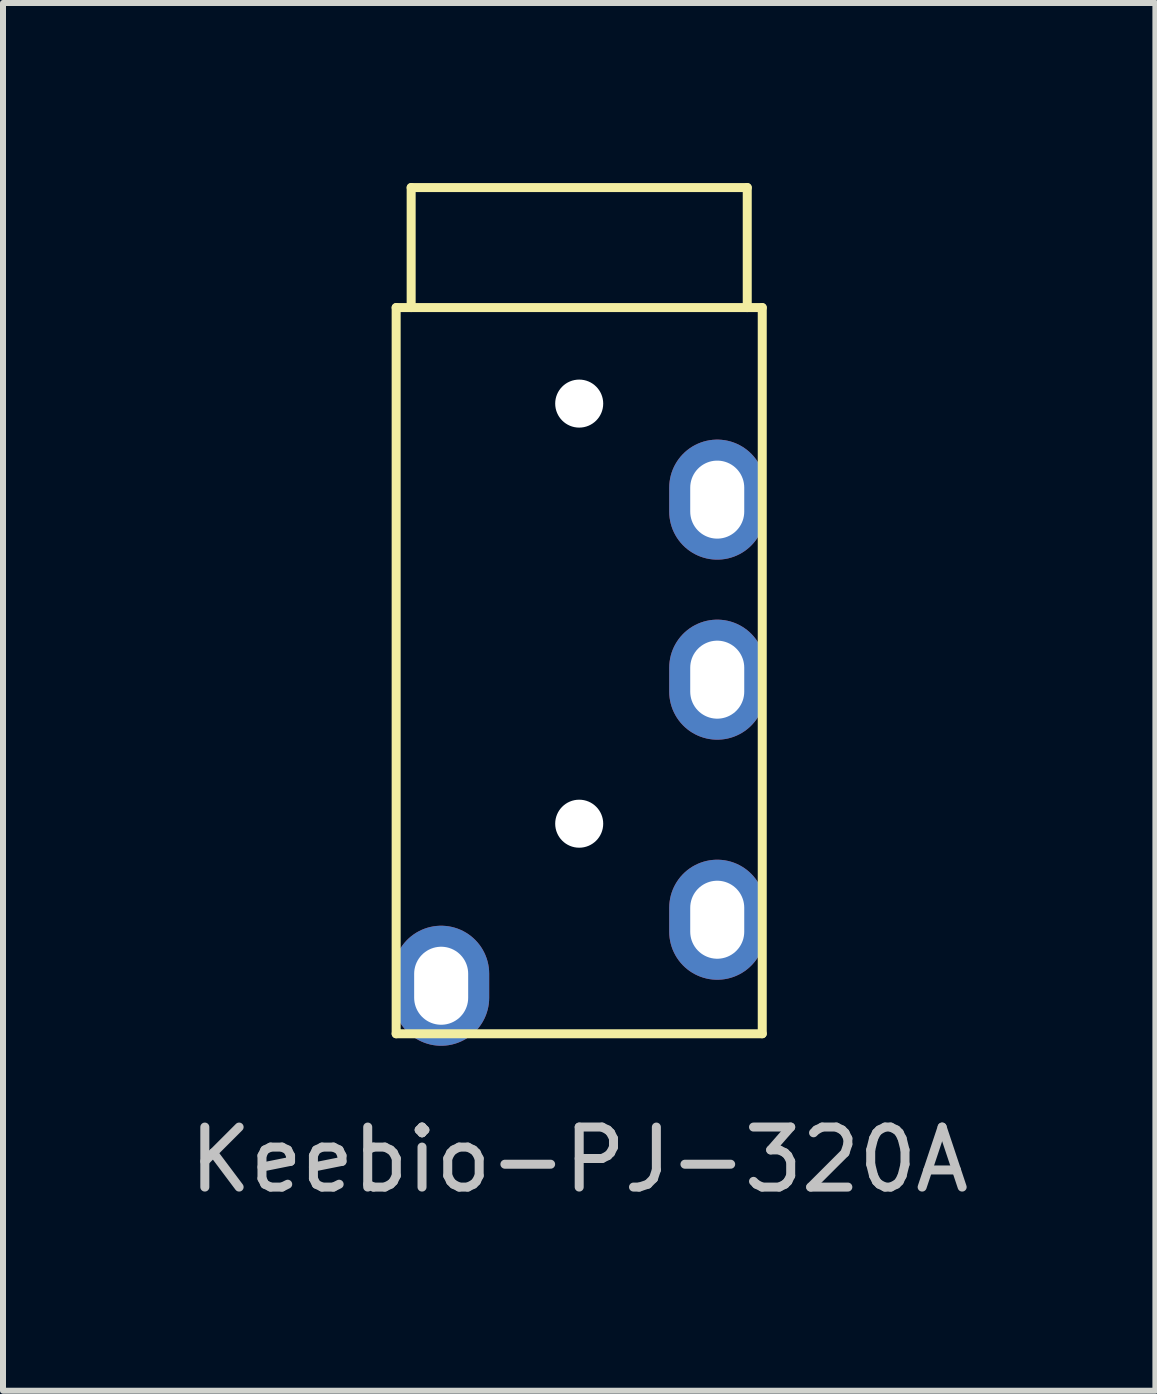
<source format=kicad_pcb>
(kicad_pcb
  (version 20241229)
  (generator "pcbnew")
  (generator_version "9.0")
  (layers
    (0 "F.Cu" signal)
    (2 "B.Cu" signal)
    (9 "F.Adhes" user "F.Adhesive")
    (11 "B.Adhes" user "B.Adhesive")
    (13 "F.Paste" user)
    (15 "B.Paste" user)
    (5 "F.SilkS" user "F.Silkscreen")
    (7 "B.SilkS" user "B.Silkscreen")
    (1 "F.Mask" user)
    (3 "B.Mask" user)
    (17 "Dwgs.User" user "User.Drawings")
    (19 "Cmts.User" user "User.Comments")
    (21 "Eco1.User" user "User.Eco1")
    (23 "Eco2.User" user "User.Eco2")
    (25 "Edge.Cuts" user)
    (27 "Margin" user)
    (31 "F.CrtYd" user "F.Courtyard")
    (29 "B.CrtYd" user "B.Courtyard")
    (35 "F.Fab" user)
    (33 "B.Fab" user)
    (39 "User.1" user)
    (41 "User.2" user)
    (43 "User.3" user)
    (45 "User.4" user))
  (footprint "Keebio-PJ-320A"
    (layer "F.Cu")
    (at 6.601 2.075)
    (property "Reference" "Keebio-PJ-320A" (at 0 14.2 0) (layer "Dwgs.User") (effects (font (size 1 1) (thickness 0.15))))
    (attr through_hole)
    (fp_line (start -3.05 0) (end -3.05 12.1) (stroke (width 0.15) (type solid)) (layer "F.SilkS"))
    (fp_line (start -2.8 0) (end -2.8 -2) (stroke (width 0.15) (type solid)) (layer "F.SilkS"))
    (fp_line (start 2.8 -2) (end -2.8 -2) (stroke (width 0.15) (type solid)) (layer "F.SilkS"))
    (fp_line (start 2.8 0) (end 2.8 -2) (stroke (width 0.15) (type solid)) (layer "F.SilkS"))
    (fp_line (start 3.05 0) (end -3.05 0) (stroke (width 0.15) (type solid)) (layer "F.SilkS"))
    (fp_line (start 3.05 0) (end 3.05 12.1) (stroke (width 0.15) (type solid)) (layer "F.SilkS"))
    (fp_line (start 3.05 12.1) (end -3.05 12.1) (stroke (width 0.15) (type solid)) (layer "F.SilkS"))
    (pad "" np_thru_hole circle (at 0 1.6) (size 0.8 0.8) (drill 0.8) (layers "*.Cu" "*.Mask"))
    (pad "" np_thru_hole circle (at 0 8.6) (size 0.8 0.8) (drill 0.8) (layers "*.Cu" "*.Mask"))
    (pad "A" thru_hole oval (at -2.3 11.3) (size 1.6 2) (drill oval 0.9 1.3) (layers "*.Cu" "*.Mask"))
    (pad "B" thru_hole oval (at 2.3 3.2) (size 1.6 2) (drill oval 0.9 1.3) (layers "*.Cu" "*.Mask"))
    (pad "C" thru_hole oval (at 2.3 6.2) (size 1.6 2) (drill oval 0.9 1.3) (layers "*.Cu" "*.Mask"))
    (pad "D" thru_hole oval (at 2.3 10.2) (size 1.6 2) (drill oval 0.9 1.3) (layers "*.Cu" "*.Mask")))
  (gr_rect
    (start -3 -3)
    (end 16.202 20.123)
    (stroke (width 0.1) (type default))
    (fill no)
    (layer "Edge.Cuts")))
</source>
